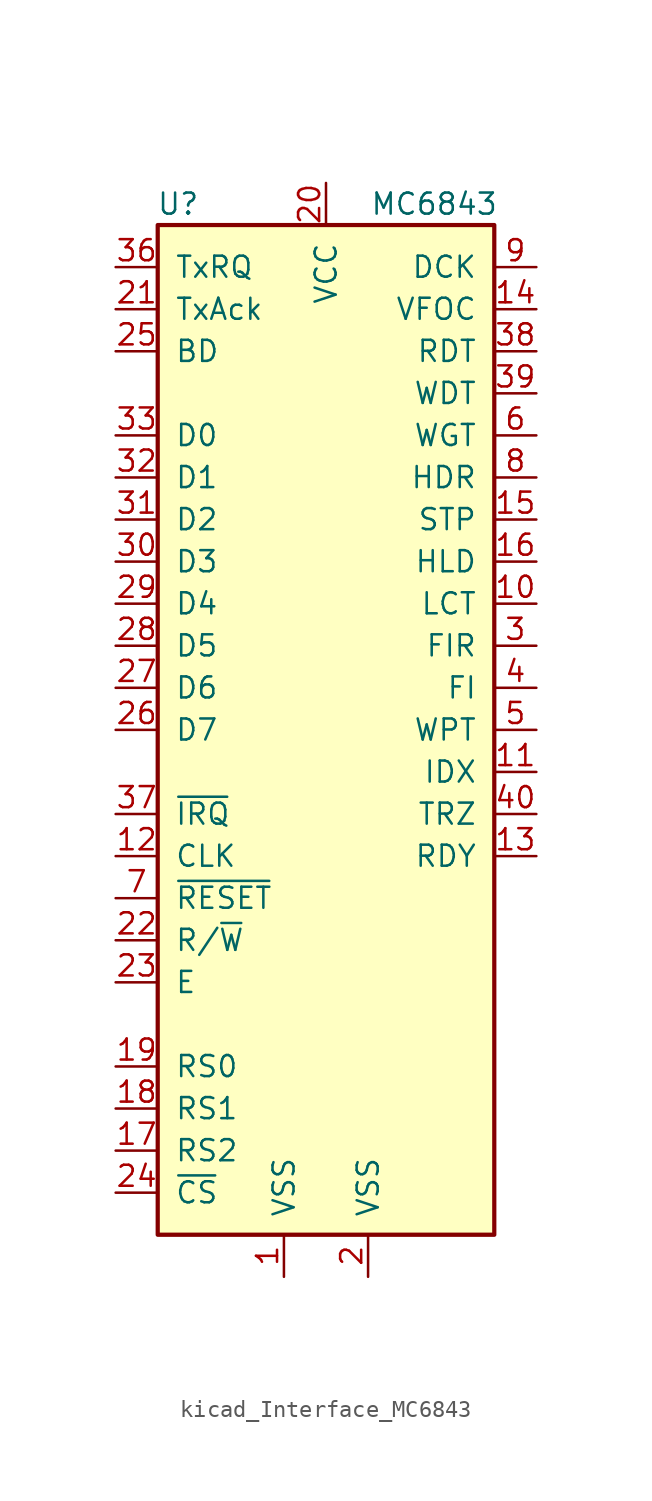
<source format=kicad_sym>
(kicad_symbol_lib
  (version 20220914)
  (generator kicad_symbol_editor)
  (symbol "kicad_Interface_MC6843"
    (pin_names
      (offset 1.016))
    (property "Reference" "U"
      (at -7.62 34.29 0)
      (effects (font (size 1.27 1.27)) (justify right)))
    (property "Value" "MC6843"
      (at 10.414 34.29 0)
      (effects (font (size 1.27 1.27)) (justify right)))
    (symbol "kicad_Interface_MC6843_0_1"
      (rectangle (start -10.16 -27.94) (end 10.16 33.02) (stroke (width 0.254) (type default)) (fill (type background))))
    (symbol "kicad_Interface_MC6843_1_1"
      (pin power_in line (at -2.54 -30.48 90) (length 2.54) (name "VSS" (effects (font (size 1.27 1.27)))) (number "1" (effects (font (size 1.27 1.27)))))
      (pin output line (at 12.7 10.16 180) (length 2.54) (name "LCT" (effects (font (size 1.27 1.27)))) (number "10" (effects (font (size 1.27 1.27)))))
      (pin input line (at 12.7 0 180) (length 2.54) (name "IDX" (effects (font (size 1.27 1.27)))) (number "11" (effects (font (size 1.27 1.27)))))
      (pin input line (at -12.7 -5.08 0) (length 2.54) (name "CLK" (effects (font (size 1.27 1.27)))) (number "12" (effects (font (size 1.27 1.27)))))
      (pin input line (at 12.7 -5.08 180) (length 2.54) (name "RDY" (effects (font (size 1.27 1.27)))) (number "13" (effects (font (size 1.27 1.27)))))
      (pin output line (at 12.7 27.94 180) (length 2.54) (name "VFOC" (effects (font (size 1.27 1.27)))) (number "14" (effects (font (size 1.27 1.27)))))
      (pin output line (at 12.7 15.24 180) (length 2.54) (name "STP" (effects (font (size 1.27 1.27)))) (number "15" (effects (font (size 1.27 1.27)))))
      (pin output line (at 12.7 12.7 180) (length 2.54) (name "HLD" (effects (font (size 1.27 1.27)))) (number "16" (effects (font (size 1.27 1.27)))))
      (pin input line (at -12.7 -22.86 0) (length 2.54) (name "RS2" (effects (font (size 1.27 1.27)))) (number "17" (effects (font (size 1.27 1.27)))))
      (pin input line (at -12.7 -20.32 0) (length 2.54) (name "RS1" (effects (font (size 1.27 1.27)))) (number "18" (effects (font (size 1.27 1.27)))))
      (pin input line (at -12.7 -17.78 0) (length 2.54) (name "RS0" (effects (font (size 1.27 1.27)))) (number "19" (effects (font (size 1.27 1.27)))))
      (pin power_in line (at 2.54 -30.48 90) (length 2.54) (name "VSS" (effects (font (size 1.27 1.27)))) (number "2" (effects (font (size 1.27 1.27)))))
      (pin power_in line (at 0 35.56 270) (length 2.54) (name "VCC" (effects (font (size 1.27 1.27)))) (number "20" (effects (font (size 1.27 1.27)))))
      (pin input line (at -12.7 27.94 0) (length 2.54) (name "TxAck" (effects (font (size 1.27 1.27)))) (number "21" (effects (font (size 1.27 1.27)))))
      (pin input line (at -12.7 -10.16 0) (length 2.54) (name "R/~{W}" (effects (font (size 1.27 1.27)))) (number "22" (effects (font (size 1.27 1.27)))))
      (pin input line (at -12.7 -12.7 0) (length 2.54) (name "E" (effects (font (size 1.27 1.27)))) (number "23" (effects (font (size 1.27 1.27)))))
      (pin input line (at -12.7 -25.4 0) (length 2.54) (name "~{CS}" (effects (font (size 1.27 1.27)))) (number "24" (effects (font (size 1.27 1.27)))))
      (pin output line (at -12.7 25.4 0) (length 2.54) (name "BD" (effects (font (size 1.27 1.27)))) (number "25" (effects (font (size 1.27 1.27)))))
      (pin bidirectional line (at -12.7 2.54 0) (length 2.54) (name "D7" (effects (font (size 1.27 1.27)))) (number "26" (effects (font (size 1.27 1.27)))))
      (pin bidirectional line (at -12.7 5.08 0) (length 2.54) (name "D6" (effects (font (size 1.27 1.27)))) (number "27" (effects (font (size 1.27 1.27)))))
      (pin bidirectional line (at -12.7 7.62 0) (length 2.54) (name "D5" (effects (font (size 1.27 1.27)))) (number "28" (effects (font (size 1.27 1.27)))))
      (pin bidirectional line (at -12.7 10.16 0) (length 2.54) (name "D4" (effects (font (size 1.27 1.27)))) (number "29" (effects (font (size 1.27 1.27)))))
      (pin output line (at 12.7 7.62 180) (length 2.54) (name "FIR" (effects (font (size 1.27 1.27)))) (number "3" (effects (font (size 1.27 1.27)))))
      (pin bidirectional line (at -12.7 12.7 0) (length 2.54) (name "D3" (effects (font (size 1.27 1.27)))) (number "30" (effects (font (size 1.27 1.27)))))
      (pin bidirectional line (at -12.7 15.24 0) (length 2.54) (name "D2" (effects (font (size 1.27 1.27)))) (number "31" (effects (font (size 1.27 1.27)))))
      (pin bidirectional line (at -12.7 17.78 0) (length 2.54) (name "D1" (effects (font (size 1.27 1.27)))) (number "32" (effects (font (size 1.27 1.27)))))
      (pin bidirectional line (at -12.7 20.32 0) (length 2.54) (name "D0" (effects (font (size 1.27 1.27)))) (number "33" (effects (font (size 1.27 1.27)))))
      (pin no_connect line (at 10.16 -17.78 180) (length 2.54) hide (name "NC" (effects (font (size 1.27 1.27)))) (number "34" (effects (font (size 1.27 1.27)))))
      (pin no_connect line (at 10.16 -20.32 180) (length 2.54) hide (name "NC" (effects (font (size 1.27 1.27)))) (number "35" (effects (font (size 1.27 1.27)))))
      (pin output line (at -12.7 30.48 0) (length 2.54) (name "TxRQ" (effects (font (size 1.27 1.27)))) (number "36" (effects (font (size 1.27 1.27)))))
      (pin open_collector line (at -12.7 -2.54 0) (length 2.54) (name "~{IRQ}" (effects (font (size 1.27 1.27)))) (number "37" (effects (font (size 1.27 1.27)))))
      (pin input line (at 12.7 25.4 180) (length 2.54) (name "RDT" (effects (font (size 1.27 1.27)))) (number "38" (effects (font (size 1.27 1.27)))))
      (pin output line (at 12.7 22.86 180) (length 2.54) (name "WDT" (effects (font (size 1.27 1.27)))) (number "39" (effects (font (size 1.27 1.27)))))
      (pin input line (at 12.7 5.08 180) (length 2.54) (name "FI" (effects (font (size 1.27 1.27)))) (number "4" (effects (font (size 1.27 1.27)))))
      (pin input line (at 12.7 -2.54 180) (length 2.54) (name "TRZ" (effects (font (size 1.27 1.27)))) (number "40" (effects (font (size 1.27 1.27)))))
      (pin input line (at 12.7 2.54 180) (length 2.54) (name "WPT" (effects (font (size 1.27 1.27)))) (number "5" (effects (font (size 1.27 1.27)))))
      (pin output line (at 12.7 20.32 180) (length 2.54) (name "WGT" (effects (font (size 1.27 1.27)))) (number "6" (effects (font (size 1.27 1.27)))))
      (pin input line (at -12.7 -7.62 0) (length 2.54) (name "~{RESET}" (effects (font (size 1.27 1.27)))) (number "7" (effects (font (size 1.27 1.27)))))
      (pin output line (at 12.7 17.78 180) (length 2.54) (name "HDR" (effects (font (size 1.27 1.27)))) (number "8" (effects (font (size 1.27 1.27)))))
      (pin input line (at 12.7 30.48 180) (length 2.54) (name "DCK" (effects (font (size 1.27 1.27)))) (number "9" (effects (font (size 1.27 1.27))))))))
</source>
